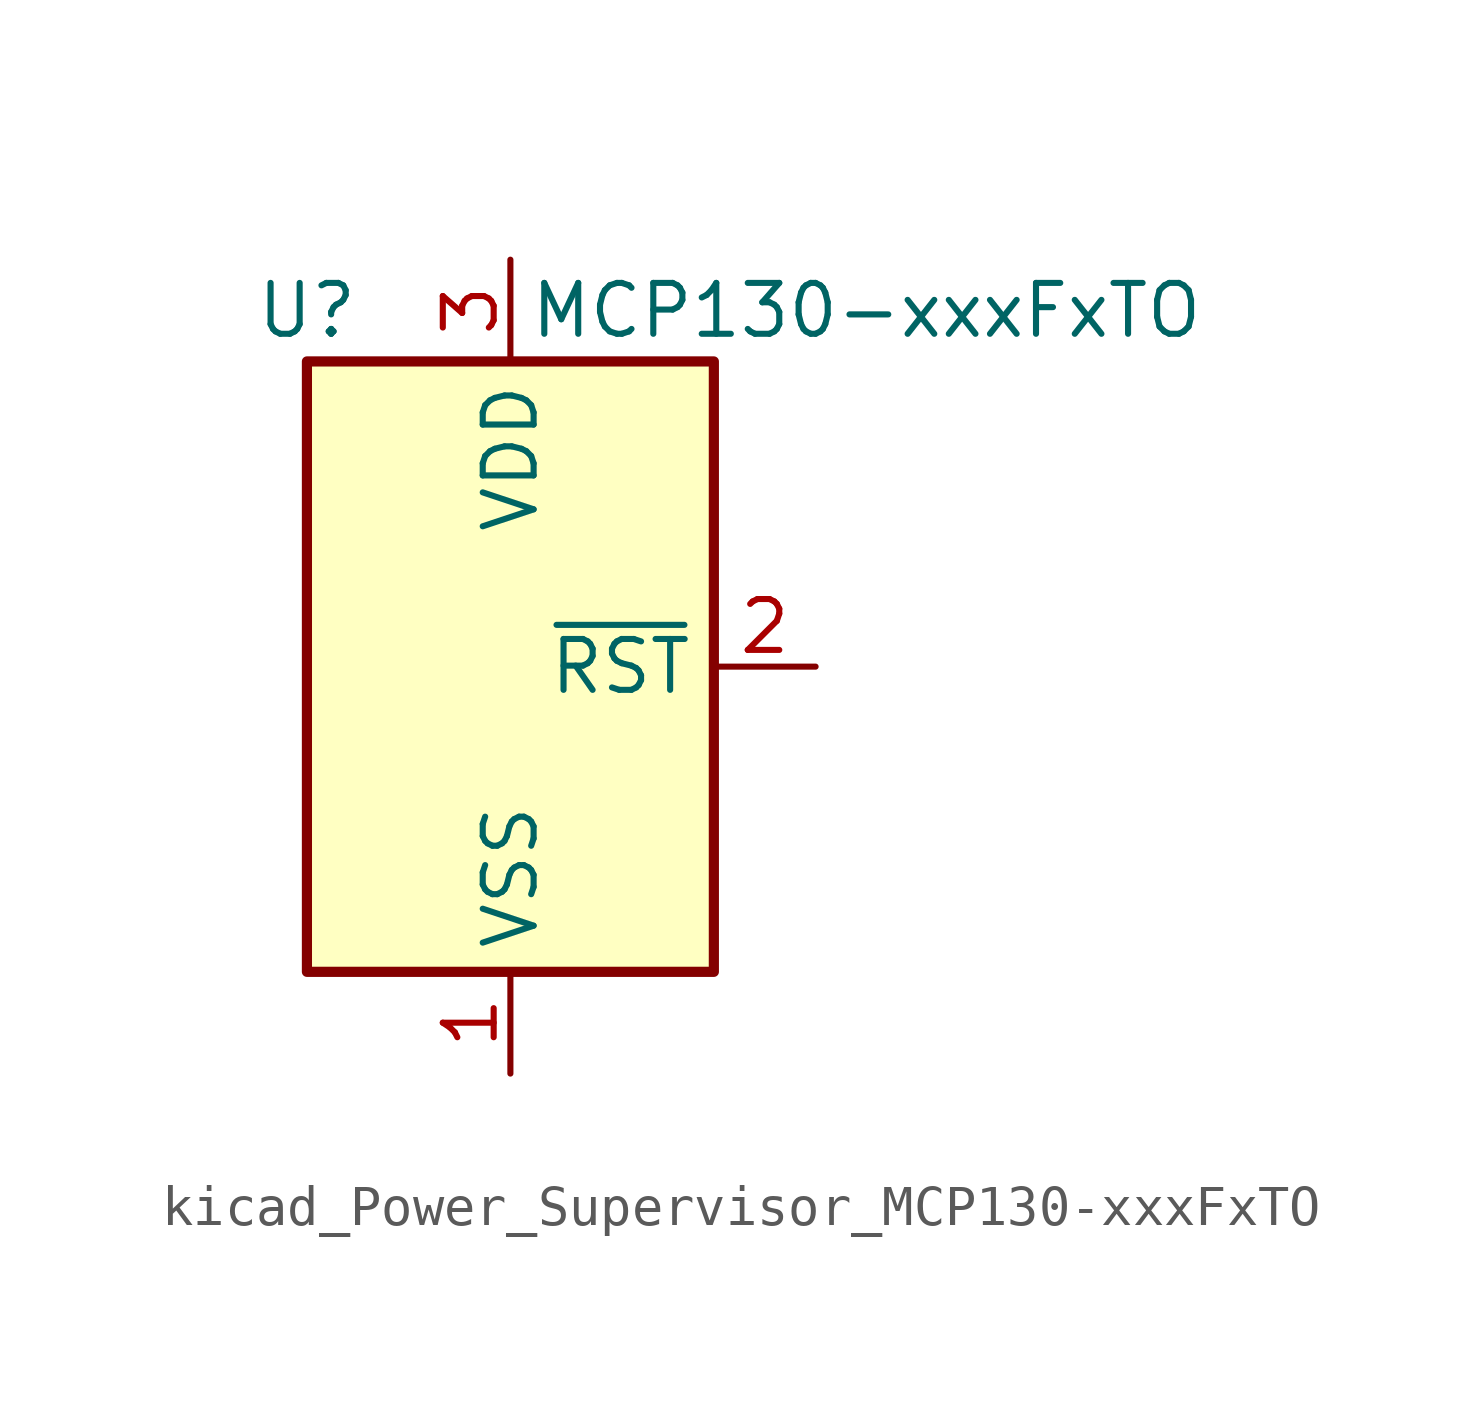
<source format=kicad_sym>
(kicad_symbol_lib
  (version 20220914)
  (generator kicad_symbol_editor)
  (symbol "kicad_Power_Supervisor_MCP130-xxxFxTO"
    (property "Reference" "U"
      (at -5.08 8.89 0)
      (effects (font (size 1.27 1.27))))
    (property "Value" "MCP130-xxxFxTO"
      (at 8.89 8.89 0)
      (effects (font (size 1.27 1.27))))
    (symbol "kicad_Power_Supervisor_MCP130-xxxFxTO_0_1"
      (rectangle (start 5.08 7.62) (end -5.08 -7.62) (stroke (width 0.254) (type default)) (fill (type background)))
      (pin power_in line (at 0 10.16 270) (length 2.54) (name "VDD" (effects (font (size 1.27 1.27)))) (number "3" (effects (font (size 1.27 1.27))))))
    (symbol "kicad_Power_Supervisor_MCP130-xxxFxTO_1_1"
      (pin power_in line (at 0 -10.16 90) (length 2.54) (name "VSS" (effects (font (size 1.27 1.27)))) (number "1" (effects (font (size 1.27 1.27)))))
      (pin open_collector line (at 7.62 0 180) (length 2.54) (name "~{RST}" (effects (font (size 1.27 1.27)))) (number "2" (effects (font (size 1.27 1.27))))))))
</source>
